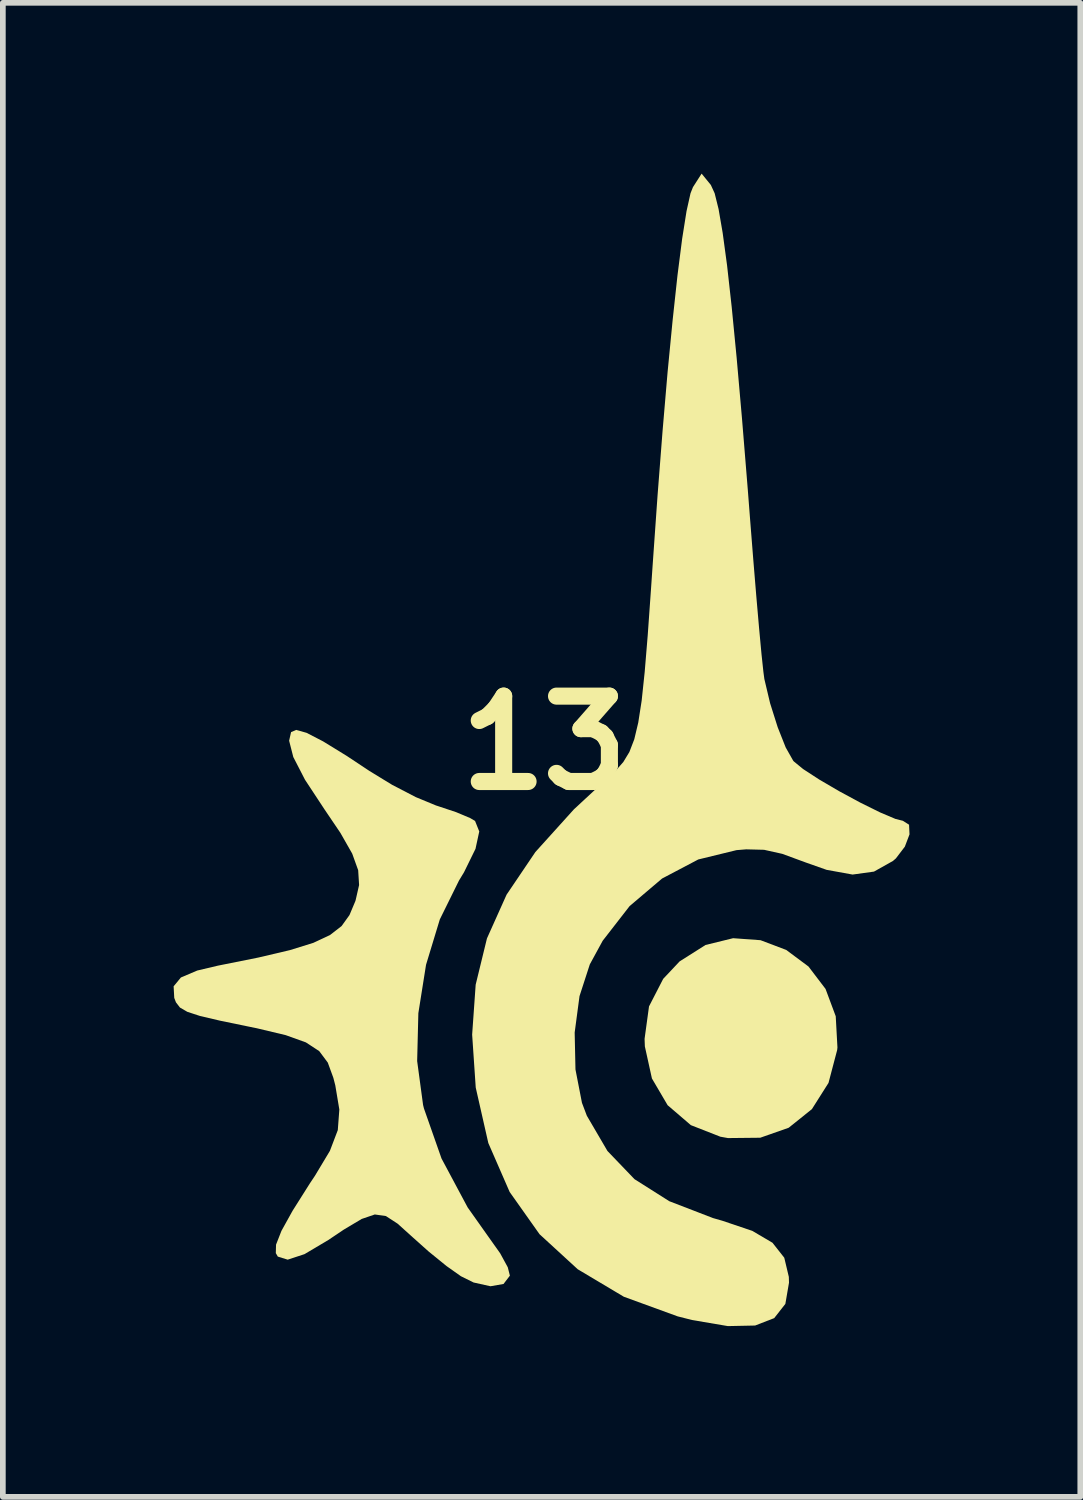
<source format=kicad_pcb>
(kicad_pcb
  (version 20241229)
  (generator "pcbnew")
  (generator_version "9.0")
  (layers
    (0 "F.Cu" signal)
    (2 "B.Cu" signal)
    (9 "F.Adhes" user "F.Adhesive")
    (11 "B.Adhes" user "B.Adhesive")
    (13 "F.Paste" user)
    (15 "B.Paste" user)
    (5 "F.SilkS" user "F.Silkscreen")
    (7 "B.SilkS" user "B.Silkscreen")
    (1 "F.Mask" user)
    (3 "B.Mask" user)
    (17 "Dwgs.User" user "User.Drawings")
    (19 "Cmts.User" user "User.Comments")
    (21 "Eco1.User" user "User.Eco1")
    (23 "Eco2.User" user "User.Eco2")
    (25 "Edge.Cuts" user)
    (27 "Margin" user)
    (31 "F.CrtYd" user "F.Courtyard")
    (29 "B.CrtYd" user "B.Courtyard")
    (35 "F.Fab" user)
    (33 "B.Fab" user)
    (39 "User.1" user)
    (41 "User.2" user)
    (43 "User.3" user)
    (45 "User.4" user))
  (footprint "13"
    (layer "F.Cu")
    (at 6.512 10)
    (property "Reference" "13" (at 0 0 0) (layer "F.SilkS") (effects (font (size 1.5 1.5) (thickness 0.3))))
    (attr board_only exclude_from_pos_files exclude_from_bom)
    (fp_poly (pts (xy 3.798 3.466) (xy 4.249 3.637) (xy 4.64 3.928) (xy 4.94 4.322) (xy 5.119 4.802) (xy 5.149 5.351) (xy 5.144 5.396) (xy 4.992 5.973) (xy 4.7 6.434) (xy 4.292 6.761) (xy 3.793 6.936) (xy 3.226 6.942) (xy 3.092 6.918) (xy 2.574 6.715) (xy 2.166 6.365) (xy 1.89 5.895) (xy 1.766 5.332) (xy 1.761 5.199) (xy 1.839 4.629) (xy 2.088 4.145) (xy 2.377 3.838) (xy 2.832 3.55) (xy 3.316 3.431)) (stroke (width 0) (type solid)) (fill yes) (layer "F.SilkS"))
    (fp_poly (pts (xy -4.177 -0.177) (xy -3.887 -0.027) (xy -3.472 0.228) (xy -3.071 0.494) (xy -2.673 0.737) (xy -2.257 0.953) (xy -1.904 1.099) (xy -1.861 1.113) (xy -1.549 1.217) (xy -1.304 1.32) (xy -1.217 1.371) (xy -1.143 1.556) (xy -1.209 1.861) (xy -1.411 2.273) (xy -1.499 2.418) (xy -1.836 3.101) (xy -2.078 3.898) (xy -2.213 4.748) (xy -2.234 5.589) (xy -2.13 6.36) (xy -2.115 6.421) (xy -1.806 7.301) (xy -1.347 8.16) (xy -0.979 8.68) (xy -0.776 8.966) (xy -0.642 9.212) (xy -0.605 9.359) (xy -0.717 9.505) (xy -0.946 9.545) (xy -1.243 9.479) (xy -1.465 9.369) (xy -1.717 9.191) (xy -2.033 8.934) (xy -2.314 8.683) (xy -2.577 8.446) (xy -2.783 8.312) (xy -2.978 8.284) (xy -3.209 8.363) (xy -3.524 8.551) (xy -3.795 8.733) (xy -4.213 8.981) (xy -4.508 9.078) (xy -4.682 9.024) (xy -4.717 8.963) (xy -4.713 8.814) (xy -4.618 8.572) (xy -4.423 8.22) (xy -4.118 7.737) (xy -4.03 7.605) (xy -3.767 7.167) (xy -3.628 6.802) (xy -3.601 6.441) (xy -3.672 6.016) (xy -3.706 5.884) (xy -3.804 5.616) (xy -3.954 5.415) (xy -4.189 5.261) (xy -4.543 5.134) (xy -5.05 5.013) (xy -5.192 4.984) (xy -5.7 4.879) (xy -6.049 4.797) (xy -6.272 4.724) (xy -6.401 4.649) (xy -6.471 4.558) (xy -6.501 4.48) (xy -6.512 4.276) (xy -6.384 4.121) (xy -6.097 3.999) (xy -5.738 3.914) (xy -5.02 3.77) (xy -4.468 3.64) (xy -4.059 3.513) (xy -3.766 3.376) (xy -3.562 3.218) (xy -3.423 3.025) (xy -3.322 2.785) (xy -3.315 2.765) (xy -3.254 2.497) (xy -3.27 2.237) (xy -3.375 1.945) (xy -3.583 1.58) (xy -3.859 1.172) (xy -4.204 0.648) (xy -4.41 0.248) (xy -4.483 -0.038) (xy -4.449 -0.189) (xy -4.359 -0.228)) (stroke (width 0) (type solid)) (fill yes) (layer "F.SilkS"))
    (fp_poly (pts (xy 2.925 -9.801) (xy 2.992 -9.655) (xy 3.061 -9.377) (xy 3.133 -8.958) (xy 3.21 -8.389) (xy 3.291 -7.662) (xy 3.378 -6.769) (xy 3.472 -5.701) (xy 3.574 -4.45) (xy 3.616 -3.908) (xy 3.671 -3.214) (xy 3.724 -2.572) (xy 3.773 -2.01) (xy 3.815 -1.559) (xy 3.848 -1.25) (xy 3.865 -1.123) (xy 3.966 -0.697) (xy 4.099 -0.276) (xy 4.24 0.08) (xy 4.37 0.31) (xy 4.381 0.324) (xy 4.545 0.459) (xy 4.828 0.643) (xy 5.18 0.849) (xy 5.554 1.051) (xy 5.9 1.222) (xy 6.169 1.336) (xy 6.297 1.368) (xy 6.407 1.437) (xy 6.415 1.607) (xy 6.333 1.823) (xy 6.176 2.029) (xy 6.124 2.074) (xy 5.791 2.261) (xy 5.415 2.313) (xy 4.958 2.23) (xy 4.587 2.099) (xy 4.179 1.949) (xy 3.86 1.878) (xy 3.546 1.87) (xy 3.376 1.884) (xy 2.704 2.048) (xy 2.068 2.383) (xy 1.498 2.867) (xy 1.025 3.476) (xy 0.799 3.891) (xy 0.618 4.449) (xy 0.533 5.088) (xy 0.547 5.737) (xy 0.661 6.323) (xy 0.747 6.55) (xy 1.109 7.169) (xy 1.584 7.664) (xy 2.195 8.051) (xy 2.962 8.347) (xy 3.126 8.394) (xy 3.653 8.572) (xy 4.008 8.781) (xy 4.215 9.044) (xy 4.295 9.38) (xy 4.298 9.482) (xy 4.234 9.855) (xy 4.038 10.105) (xy 3.703 10.235) (xy 3.224 10.245) (xy 2.595 10.138) (xy 2.342 10.074) (xy 1.396 9.729) (xy 0.586 9.246) (xy -0.084 8.631) (xy -0.609 7.889) (xy -0.984 7.029) (xy -1.205 6.055) (xy -1.268 5.125) (xy -1.206 4.247) (xy -1.008 3.435) (xy -0.663 2.666) (xy -0.157 1.917) (xy 0.52 1.167) (xy 1.094 0.635) (xy 1.256 0.486) (xy 1.388 0.335) (xy 1.494 0.16) (xy 1.58 -0.063) (xy 1.65 -0.357) (xy 1.71 -0.743) (xy 1.763 -1.246) (xy 1.816 -1.887) (xy 1.873 -2.69) (xy 1.903 -3.126) (xy 1.989 -4.346) (xy 2.077 -5.479) (xy 2.165 -6.51) (xy 2.254 -7.426) (xy 2.339 -8.212) (xy 2.421 -8.855) (xy 2.498 -9.341) (xy 2.568 -9.655) (xy 2.611 -9.763) (xy 2.763 -10)) (stroke (width 0) (type solid)) (fill yes) (layer "F.SilkS")))
  (gr_rect
    (start -3 -3)
    (end 15.927 23.245)
    (stroke (width 0.1) (type default))
    (fill no)
    (layer "Edge.Cuts")))
</source>
